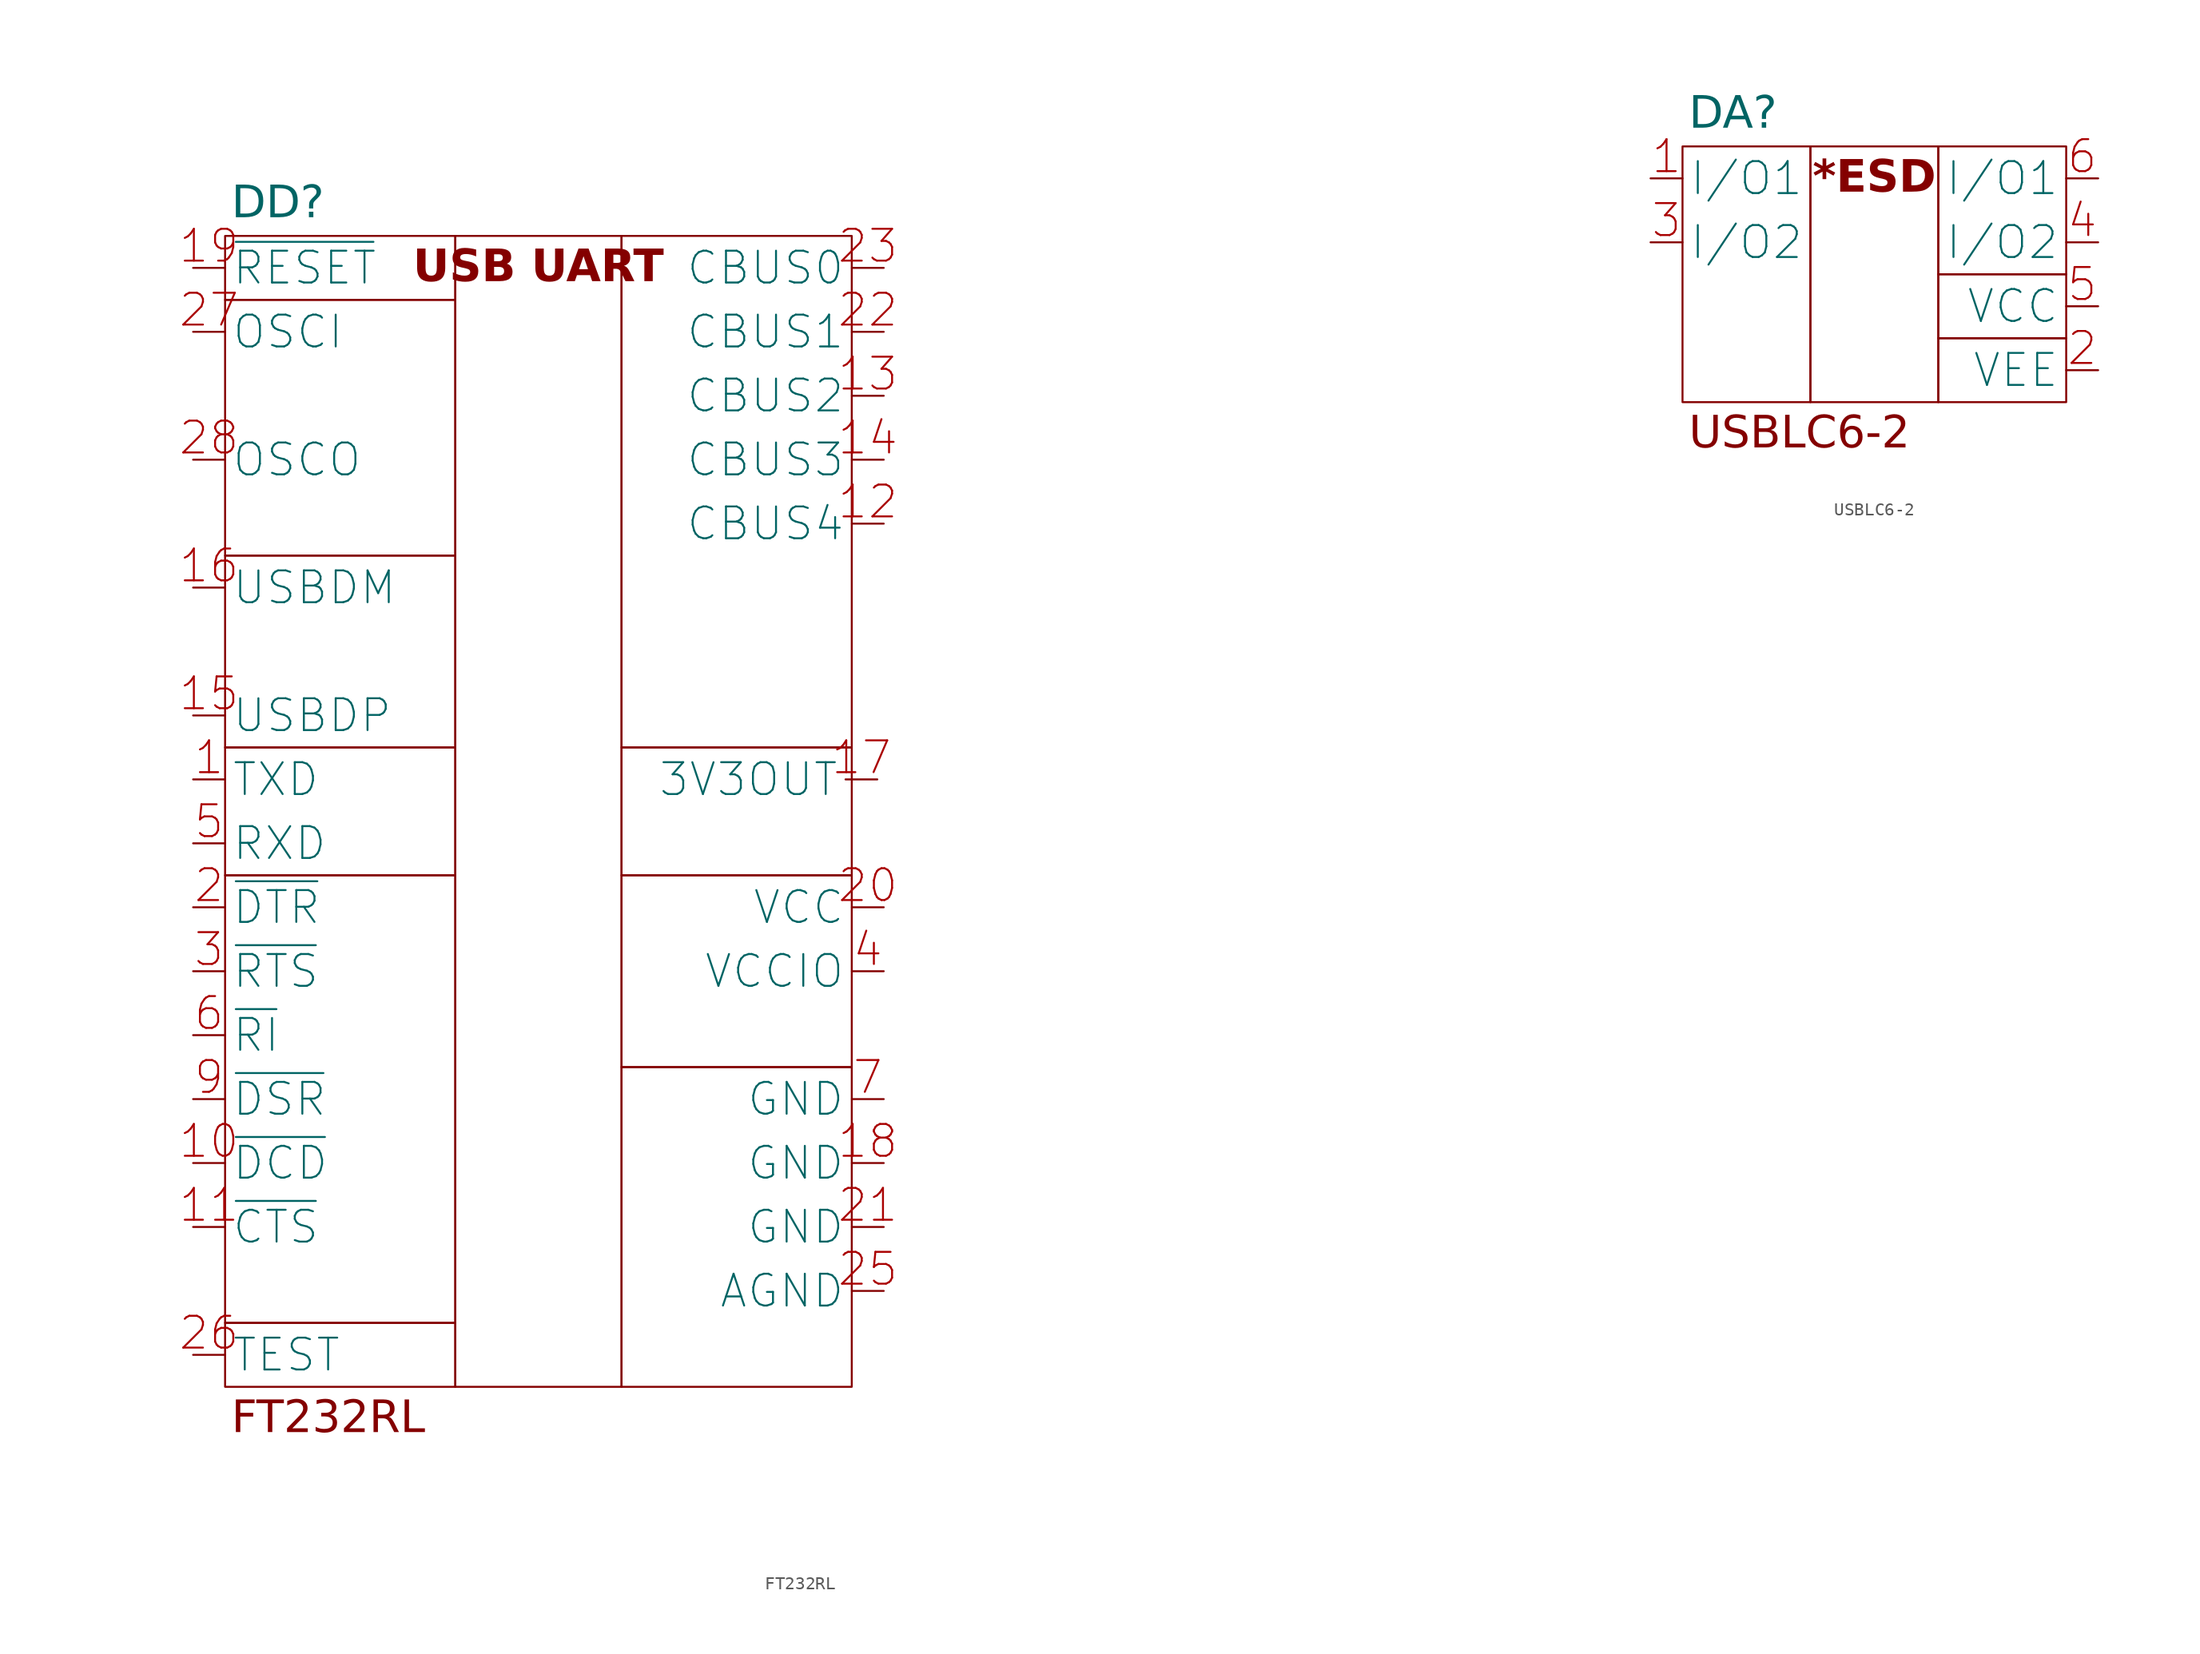
<source format=kicad_sym>
(kicad_symbol_lib
  (version 20220914)
  (generator kicad_symbol_editor)
  (symbol "FT232RL"
    (pin_names
      (offset 0.5))
    (property "Reference" "DD"
      (at 3 5 0)
      (effects (font (face "GOST type A") (size 2.5 2.5) italic) (justify left)))
    (property "Value" ""
      (at 96 -2.5 0)
      (effects (font (size 1.27 1.27))))
    (symbol "FT232RL_0_0"
      (pin bidirectional line (at 0 -40 0) (length 2.489) (name "TXD" (effects (font (size 2.489 2.489)))) (number "1" (effects (font (size 2.489 2.489)))))
      (pin bidirectional line (at 0 -70 0) (length 2.489) (name "~{DCD}" (effects (font (size 2.489 2.489)))) (number "10" (effects (font (size 2.489 2.489)))))
      (pin bidirectional line (at 0 -75 0) (length 2.489) (name "~{CTS}" (effects (font (size 2.489 2.489)))) (number "11" (effects (font (size 2.489 2.489)))))
      (pin bidirectional line (at 0 -35 0) (length 2.489) (name "USBDP" (effects (font (size 2.489 2.489)))) (number "15" (effects (font (size 2.489 2.489)))))
      (pin bidirectional line (at 0 -25 0) (length 2.489) (name "USBDM" (effects (font (size 2.489 2.489)))) (number "16" (effects (font (size 2.489 2.489)))))
      (pin power_out line (at 53.5 -40 180) (length 2.489) (name "3V3OUT" (effects (font (size 2.489 2.489)))) (number "17" (effects (font (size 2.489 2.489)))))
      (pin power_in line (at 54 -70 180) (length 2.489) (name "GND" (effects (font (size 2.489 2.489)))) (number "18" (effects (font (size 2.489 2.489)))))
      (pin input line (at 0 0 0) (length 2.489) (name "~{RESET}" (effects (font (size 2.489 2.489)))) (number "19" (effects (font (size 2.489 2.489)))))
      (pin bidirectional line (at 0 -50 0) (length 2.489) (name "~{DTR}" (effects (font (size 2.489 2.489)))) (number "2" (effects (font (size 2.489 2.489)))))
      (pin power_in line (at 54 -50 180) (length 2.489) (name "VCC" (effects (font (size 2.489 2.489)))) (number "20" (effects (font (size 2.489 2.489)))))
      (pin power_in line (at 54 -75 180) (length 2.489) (name "GND" (effects (font (size 2.489 2.489)))) (number "21" (effects (font (size 2.489 2.489)))))
      (pin power_in line (at 54 -80 180) (length 2.489) (name "AGND" (effects (font (size 2.489 2.489)))) (number "25" (effects (font (size 2.489 2.489)))))
      (pin bidirectional line (at 0 -85 0) (length 2.489) (name "TEST" (effects (font (size 2.489 2.489)))) (number "26" (effects (font (size 2.489 2.489)))))
      (pin bidirectional line (at 0 -5 0) (length 2.489) (name "OSCI" (effects (font (size 2.489 2.489)))) (number "27" (effects (font (size 2.489 2.489)))))
      (pin bidirectional line (at 0 -15 0) (length 2.489) (name "OSCO" (effects (font (size 2.489 2.489)))) (number "28" (effects (font (size 2.489 2.489)))))
      (pin bidirectional line (at 0 -55 0) (length 2.489) (name "~{RTS}" (effects (font (size 2.489 2.489)))) (number "3" (effects (font (size 2.489 2.489)))))
      (pin input line (at 54 -55 180) (length 2.489) (name "VCCIO" (effects (font (size 2.489 2.489)))) (number "4" (effects (font (size 2.489 2.489)))))
      (pin bidirectional line (at 0 -45 0) (length 2.489) (name "RXD" (effects (font (size 2.489 2.489)))) (number "5" (effects (font (size 2.489 2.489)))))
      (pin bidirectional line (at 0 -60 0) (length 2.489) (name "~{RI}" (effects (font (size 2.489 2.489)))) (number "6" (effects (font (size 2.489 2.489)))))
      (pin power_in line (at 54 -65 180) (length 2.489) (name "GND" (effects (font (size 2.489 2.489)))) (number "7" (effects (font (size 2.489 2.489)))))
      (pin bidirectional line (at 0 -65 0) (length 2.489) (name "~{DSR}" (effects (font (size 2.489 2.489)))) (number "9" (effects (font (size 2.489 2.489))))))
    (symbol "FT232RL_0_1"
      (rectangle (start 2.5 -82.5) (end 20.5 -87.5) (stroke (width 0) (type default)) (fill (type none)))
      (rectangle (start 2.5 -47.5) (end 20.5 -82.5) (stroke (width 0) (type default)) (fill (type none)))
      (rectangle (start 2.5 -37.5) (end 20.5 -47.5) (stroke (width 0) (type default)) (fill (type none)))
      (rectangle (start 2.5 -22.5) (end 20.5 -37.5) (stroke (width 0) (type default)) (fill (type none)))
      (rectangle (start 2.5 -2.5) (end 20.5 -22.5) (stroke (width 0) (type default)) (fill (type none)))
      (rectangle (start 2.5 2.5) (end 20.5 -2.5) (stroke (width 0) (type default)) (fill (type none)))
      (rectangle (start 20.5 2.5) (end 33.5 -87.5) (stroke (width 0) (type default)) (fill (type none)))
      (rectangle (start 33.5 -62.5) (end 51.5 -87.5) (stroke (width 0) (type default)) (fill (type none)))
      (rectangle (start 33.5 -47.5) (end 51.5 -62.5) (stroke (width 0) (type default)) (fill (type none)))
      (rectangle (start 33.5 -37.5) (end 51.5 -47.5) (stroke (width 0) (type default)) (fill (type none)))
      (rectangle (start 33.5 2.5) (end 51.5 -37.5) (stroke (width 0) (type default)) (fill (type none))))
    (symbol "FT232RL_1_0"
      (pin bidirectional line (at 54 -20 180) (length 2.489) (name "CBUS4" (effects (font (size 2.489 2.489)))) (number "12" (effects (font (size 2.489 2.489)))) (alternate "~{SLEEP}" bidirectional line))
      (pin bidirectional line (at 54 -10 180) (length 2.489) (name "CBUS2" (effects (font (size 2.489 2.489)))) (number "13" (effects (font (size 2.489 2.489)))) (alternate "TXDEN" bidirectional line))
      (pin bidirectional line (at 54 -15 180) (length 2.489) (name "CBUS3" (effects (font (size 2.489 2.489)))) (number "14" (effects (font (size 2.489 2.489)))) (alternate "~{PWREN}" bidirectional line))
      (pin bidirectional line (at 54 -5 180) (length 2.489) (name "CBUS1" (effects (font (size 2.489 2.489)))) (number "22" (effects (font (size 2.489 2.489)))) (alternate "~{RXLED}" bidirectional line))
      (pin bidirectional line (at 54 0 180) (length 2.489) (name "CBUS0" (effects (font (size 2.489 2.489)))) (number "23" (effects (font (size 2.489 2.489)))) (alternate "~{TXLED}" bidirectional line)))
    (symbol "FT232RL_1_1"
      (text "FT232RL" (at 3 -90 0) (effects (font (face "GOST type A") (size 2.5 2.5) italic) (justify left)))
      (text "USB UART" (at 27 0 0) (effects (font (face "GOST type A") (size 2.5 2.5) bold)))))
  (symbol "USBLC6-2"
    (pin_names
      (offset 0.5))
    (property "Reference" "DA"
      (at 3 5 0)
      (effects (font (face "GOST type A") (size 2.5 2.5) italic) (justify left)))
    (property "Value" ""
      (at 0 0 0)
      (effects (font (size 1.27 1.27))))
    (symbol "USBLC6-2_0_1"
      (rectangle (start 2.5 2.5) (end 12.5 -17.5) (stroke (width 0) (type default)) (fill (type none)))
      (rectangle (start 12.5 2.5) (end 22.5 -17.5) (stroke (width 0) (type default)) (fill (type none)))
      (rectangle (start 22.5 -12.5) (end 32.5 -17.5) (stroke (width 0) (type default)) (fill (type none)))
      (rectangle (start 22.5 -7.5) (end 32.5 -12.5) (stroke (width 0) (type default)) (fill (type none)))
      (rectangle (start 22.5 2.5) (end 32.5 -7.5) (stroke (width 0) (type default)) (fill (type none))))
    (symbol "USBLC6-2_1_0"
      (pin output line (at 35 -15 180) (length 2.5) (name "VEE" (effects (font (size 2.5 2.5)))) (number "2" (effects (font (size 2.5 2.5)))))
      (pin output line (at 0 -5 0) (length 2.5) (name "I/O2" (effects (font (size 2.5 2.5)))) (number "3" (effects (font (size 2.5 2.5)))))
      (pin output line (at 35 -5 180) (length 2.5) (name "I/O2" (effects (font (size 2.5 2.5)))) (number "4" (effects (font (size 2.5 2.5)))))
      (pin output line (at 35 -10 180) (length 2.5) (name "VCC" (effects (font (size 2.5 2.5)))) (number "5" (effects (font (size 2.5 2.5)))))
      (pin output line (at 35 0 180) (length 2.5) (name "I/O1" (effects (font (size 2.5 2.5)))) (number "6" (effects (font (size 2.5 2.5))))))
    (symbol "USBLC6-2_1_1"
      (text "*ESD\n" (at 17.5 0 0) (effects (font (face "GOST type A") (size 2.5 2.5) bold)))
      (text "USBLC6-2" (at 3 -20 0) (effects (font (face "GOST type A") (size 2.5 2.5) italic) (justify left)))
      (pin power_in line (at 0 0 0) (length 2.5) (name "I/O1" (effects (font (size 2.5 2.5)))) (number "1" (effects (font (size 2.5 2.5))))))))
</source>
